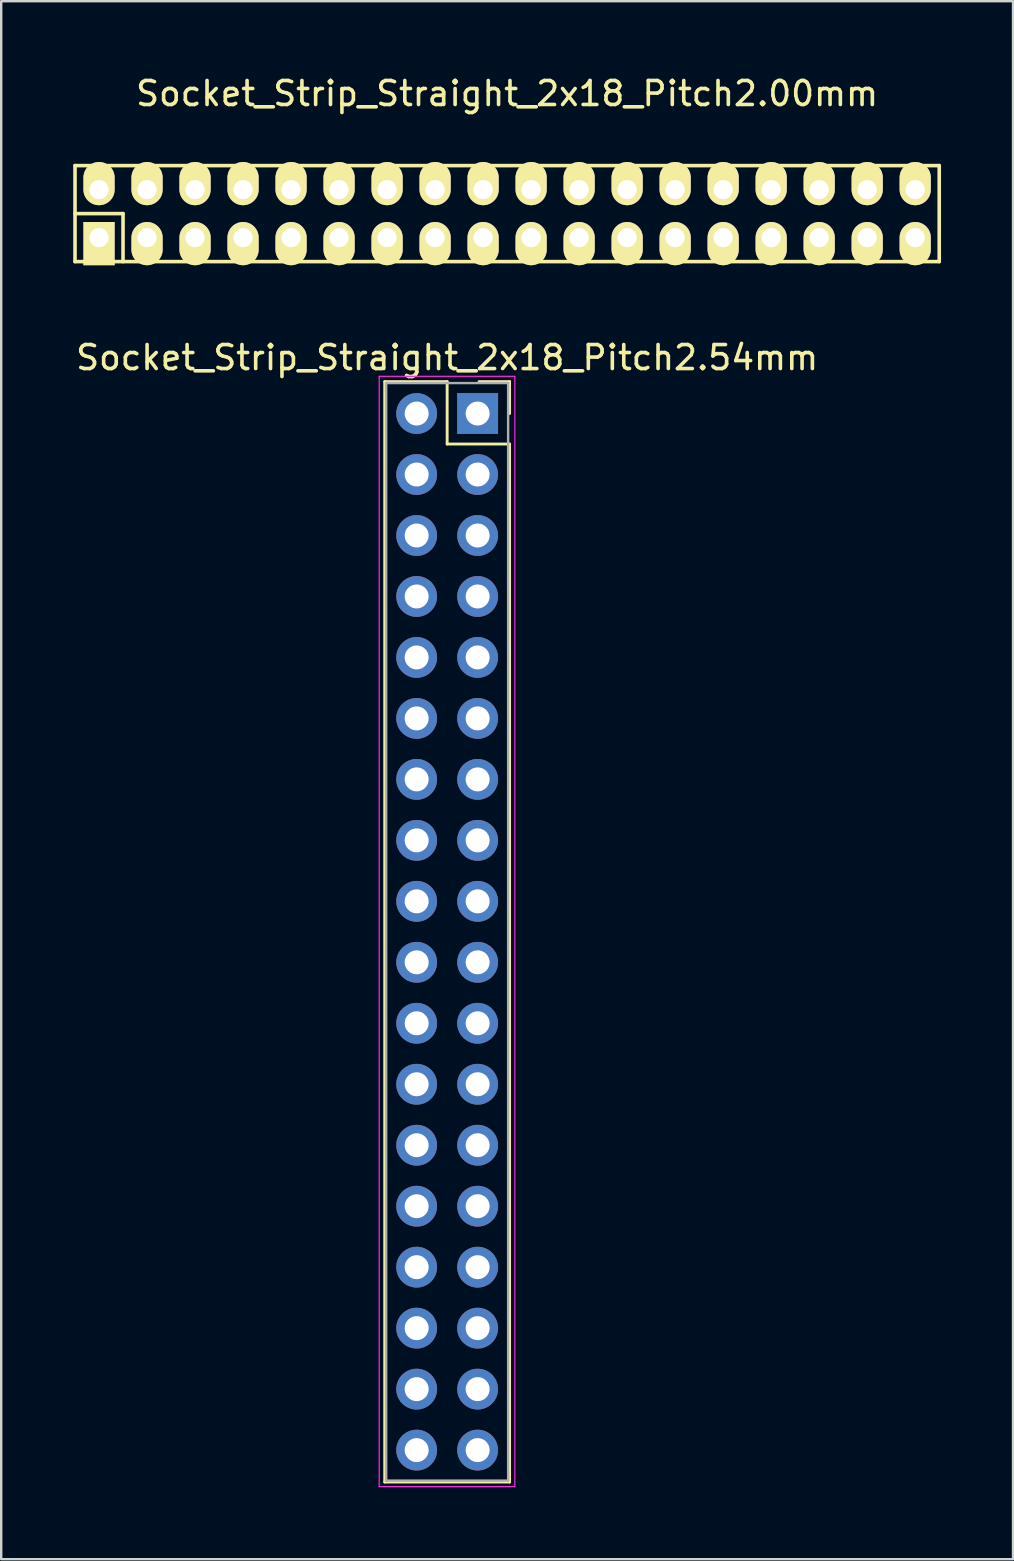
<source format=kicad_pcb>
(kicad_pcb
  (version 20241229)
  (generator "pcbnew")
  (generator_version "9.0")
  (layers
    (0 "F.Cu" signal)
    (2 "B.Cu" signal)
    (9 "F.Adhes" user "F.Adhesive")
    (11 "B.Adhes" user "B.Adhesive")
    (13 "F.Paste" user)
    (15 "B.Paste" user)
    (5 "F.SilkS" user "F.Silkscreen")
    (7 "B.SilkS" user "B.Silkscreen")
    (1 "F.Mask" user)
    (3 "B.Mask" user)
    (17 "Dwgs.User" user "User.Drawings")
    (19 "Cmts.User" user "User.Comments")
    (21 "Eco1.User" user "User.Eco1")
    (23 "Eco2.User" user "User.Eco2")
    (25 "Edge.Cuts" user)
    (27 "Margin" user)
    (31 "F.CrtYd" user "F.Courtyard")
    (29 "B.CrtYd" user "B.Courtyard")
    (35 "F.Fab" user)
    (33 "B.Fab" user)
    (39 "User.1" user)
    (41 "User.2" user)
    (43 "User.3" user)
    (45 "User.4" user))
  (footprint "Socket_Strip_Straight_2x18_Pitch2.00mm"
    (layer "F.Cu")
    (at 18.075 5.848)
    (property "Reference" "Socket_Strip_Straight_2x18_Pitch2.00mm" (at 0 -5 0) (layer "F.SilkS") (effects (font (size 1 1) (thickness 0.15))))
    (attr through_hole)
    (fp_line (start -18 -2) (end 18 -2) (stroke (width 0.15) (type solid)) (layer "F.SilkS"))
    (fp_line (start -18 0) (end -16 0) (stroke (width 0.15) (type solid)) (layer "F.SilkS"))
    (fp_line (start -18 2) (end -18 -2) (stroke (width 0.15) (type solid)) (layer "F.SilkS"))
    (fp_line (start -16 0) (end -16 2) (stroke (width 0.15) (type solid)) (layer "F.SilkS"))
    (fp_line (start 18 -2) (end 18 2) (stroke (width 0.15) (type solid)) (layer "F.SilkS"))
    (fp_line (start 18 2) (end -18 2) (stroke (width 0.15) (type solid)) (layer "F.SilkS"))
    (pad "1" thru_hole rect (at -17 1) (size 1.3 1.8) (drill 0.8 (offset 0 0.25)) (layers "*.Cu" "*.Mask" "F.SilkS"))
    (pad "2" thru_hole oval (at -17 -1) (size 1.3 1.8) (drill 0.8 (offset 0 -0.25)) (layers "*.Cu" "*.Mask" "F.SilkS"))
    (pad "3" thru_hole oval (at -15 1) (size 1.3 1.8) (drill 0.8 (offset 0 0.25)) (layers "*.Cu" "*.Mask" "F.SilkS"))
    (pad "4" thru_hole oval (at -15 -1) (size 1.3 1.8) (drill 0.8 (offset 0 -0.25)) (layers "*.Cu" "*.Mask" "F.SilkS"))
    (pad "5" thru_hole oval (at -13 1) (size 1.3 1.8) (drill 0.8 (offset 0 0.25)) (layers "*.Cu" "*.Mask" "F.SilkS"))
    (pad "6" thru_hole oval (at -13 -1) (size 1.3 1.8) (drill 0.8 (offset 0 -0.25)) (layers "*.Cu" "*.Mask" "F.SilkS"))
    (pad "7" thru_hole oval (at -11 1) (size 1.3 1.8) (drill 0.8 (offset 0 0.25)) (layers "*.Cu" "*.Mask" "F.SilkS"))
    (pad "8" thru_hole oval (at -11 -1) (size 1.3 1.8) (drill 0.8 (offset 0 -0.25)) (layers "*.Cu" "*.Mask" "F.SilkS"))
    (pad "9" thru_hole oval (at -9 1) (size 1.3 1.8) (drill 0.8 (offset 0 0.25)) (layers "*.Cu" "*.Mask" "F.SilkS"))
    (pad "10" thru_hole oval (at -9 -1) (size 1.3 1.8) (drill 0.8 (offset 0 -0.25)) (layers "*.Cu" "*.Mask" "F.SilkS"))
    (pad "11" thru_hole oval (at -7 1) (size 1.3 1.8) (drill 0.8 (offset 0 0.25)) (layers "*.Cu" "*.Mask" "F.SilkS"))
    (pad "12" thru_hole oval (at -7 -1) (size 1.3 1.8) (drill 0.8 (offset 0 -0.25)) (layers "*.Cu" "*.Mask" "F.SilkS"))
    (pad "13" thru_hole oval (at -5 1) (size 1.3 1.8) (drill 0.8 (offset 0 0.25)) (layers "*.Cu" "*.Mask" "F.SilkS"))
    (pad "14" thru_hole oval (at -5 -1) (size 1.3 1.8) (drill 0.8 (offset 0 -0.25)) (layers "*.Cu" "*.Mask" "F.SilkS"))
    (pad "15" thru_hole oval (at -3 1) (size 1.3 1.8) (drill 0.8 (offset 0 0.25)) (layers "*.Cu" "*.Mask" "F.SilkS"))
    (pad "16" thru_hole oval (at -3 -1) (size 1.3 1.8) (drill 0.8 (offset 0 -0.25)) (layers "*.Cu" "*.Mask" "F.SilkS"))
    (pad "17" thru_hole oval (at -1 1) (size 1.3 1.8) (drill 0.8 (offset 0 0.25)) (layers "*.Cu" "*.Mask" "F.SilkS"))
    (pad "18" thru_hole oval (at -1 -1) (size 1.3 1.8) (drill 0.8 (offset 0 -0.25)) (layers "*.Cu" "*.Mask" "F.SilkS"))
    (pad "19" thru_hole oval (at 1 1) (size 1.3 1.8) (drill 0.8 (offset 0 0.25)) (layers "*.Cu" "*.Mask" "F.SilkS"))
    (pad "20" thru_hole oval (at 1 -1) (size 1.3 1.8) (drill 0.8 (offset 0 -0.25)) (layers "*.Cu" "*.Mask" "F.SilkS"))
    (pad "21" thru_hole oval (at 3 1) (size 1.3 1.8) (drill 0.8 (offset 0 0.25)) (layers "*.Cu" "*.Mask" "F.SilkS"))
    (pad "22" thru_hole oval (at 3 -1) (size 1.3 1.8) (drill 0.8 (offset 0 -0.25)) (layers "*.Cu" "*.Mask" "F.SilkS"))
    (pad "23" thru_hole oval (at 5 1) (size 1.3 1.8) (drill 0.8 (offset 0 0.25)) (layers "*.Cu" "*.Mask" "F.SilkS"))
    (pad "24" thru_hole oval (at 5 -1) (size 1.3 1.8) (drill 0.8 (offset 0 -0.25)) (layers "*.Cu" "*.Mask" "F.SilkS"))
    (pad "25" thru_hole oval (at 7 1) (size 1.3 1.8) (drill 0.8 (offset 0 0.25)) (layers "*.Cu" "*.Mask" "F.SilkS"))
    (pad "26" thru_hole oval (at 7 -1) (size 1.3 1.8) (drill 0.8 (offset 0 -0.25)) (layers "*.Cu" "*.Mask" "F.SilkS"))
    (pad "27" thru_hole oval (at 9 1) (size 1.3 1.8) (drill 0.8 (offset 0 0.25)) (layers "*.Cu" "*.Mask" "F.SilkS"))
    (pad "28" thru_hole oval (at 9 -1) (size 1.3 1.8) (drill 0.8 (offset 0 -0.25)) (layers "*.Cu" "*.Mask" "F.SilkS"))
    (pad "29" thru_hole oval (at 11 1) (size 1.3 1.8) (drill 0.8 (offset 0 0.25)) (layers "*.Cu" "*.Mask" "F.SilkS"))
    (pad "30" thru_hole oval (at 11 -1) (size 1.3 1.8) (drill 0.8 (offset 0 -0.25)) (layers "*.Cu" "*.Mask" "F.SilkS"))
    (pad "31" thru_hole oval (at 13 1) (size 1.3 1.8) (drill 0.8 (offset 0 0.25)) (layers "*.Cu" "*.Mask" "F.SilkS"))
    (pad "32" thru_hole oval (at 13 -1) (size 1.3 1.8) (drill 0.8 (offset 0 -0.25)) (layers "*.Cu" "*.Mask" "F.SilkS"))
    (pad "33" thru_hole oval (at 15 1) (size 1.3 1.8) (drill 0.8 (offset 0 0.25)) (layers "*.Cu" "*.Mask" "F.SilkS"))
    (pad "34" thru_hole oval (at 15 -1) (size 1.3 1.8) (drill 0.8 (offset 0 -0.25)) (layers "*.Cu" "*.Mask" "F.SilkS"))
    (pad "35" thru_hole oval (at 17 1) (size 1.3 1.8) (drill 0.8 (offset 0 0.25)) (layers "*.Cu" "*.Mask" "F.SilkS"))
    (pad "36" thru_hole oval (at 17 -1) (size 1.3 1.8) (drill 0.8 (offset 0 -0.25)) (layers "*.Cu" "*.Mask" "F.SilkS")))
  (footprint "Socket_Strip_Straight_2x18_Pitch2.54mm"
    (layer "F.Cu")
    (at 16.847 14.177)
    (property "Reference" "Socket_Strip_Straight_2x18_Pitch2.54mm" (at -1.27 -2.33 0) (layer "F.SilkS") (effects (font (size 1 1) (thickness 0.15))))
    (attr through_hole)
    (fp_line (start -3.87 -1.33) (end -1.27 -1.33) (stroke (width 0.12) (type solid)) (layer "F.SilkS"))
    (fp_line (start -3.87 44.51) (end -3.87 -1.33) (stroke (width 0.12) (type solid)) (layer "F.SilkS"))
    (fp_line (start -1.27 -1.33) (end -1.27 1.27) (stroke (width 0.12) (type solid)) (layer "F.SilkS"))
    (fp_line (start -1.27 1.27) (end 1.33 1.27) (stroke (width 0.12) (type solid)) (layer "F.SilkS"))
    (fp_line (start 1.33 -1.33) (end 0.06 -1.33) (stroke (width 0.12) (type solid)) (layer "F.SilkS"))
    (fp_line (start 1.33 0) (end 1.33 -1.33) (stroke (width 0.12) (type solid)) (layer "F.SilkS"))
    (fp_line (start 1.33 1.27) (end 1.33 44.51) (stroke (width 0.12) (type solid)) (layer "F.SilkS"))
    (fp_line (start 1.33 44.51) (end -3.87 44.51) (stroke (width 0.12) (type solid)) (layer "F.SilkS"))
    (fp_line (start -4.1 -1.55) (end -4.1 44.7) (stroke (width 0.05) (type solid)) (layer "F.CrtYd"))
    (fp_line (start -4.1 44.7) (end 1.55 44.7) (stroke (width 0.05) (type solid)) (layer "F.CrtYd"))
    (fp_line (start 1.55 -1.55) (end -4.1 -1.55) (stroke (width 0.05) (type solid)) (layer "F.CrtYd"))
    (fp_line (start 1.55 44.7) (end 1.55 -1.55) (stroke (width 0.05) (type solid)) (layer "F.CrtYd"))
    (fp_line (start -3.81 -1.27) (end -3.81 44.45) (stroke (width 0.1) (type solid)) (layer "F.Fab"))
    (fp_line (start -3.81 44.45) (end 1.27 44.45) (stroke (width 0.1) (type solid)) (layer "F.Fab"))
    (fp_line (start 1.27 -1.27) (end -3.81 -1.27) (stroke (width 0.1) (type solid)) (layer "F.Fab"))
    (fp_line (start 1.27 44.45) (end 1.27 -1.27) (stroke (width 0.1) (type solid)) (layer "F.Fab"))
    (pad "1" thru_hole rect (at 0 0) (size 1.7 1.7) (drill 1) (layers "*.Cu" "*.Mask"))
    (pad "2" thru_hole oval (at -2.54 0) (size 1.7 1.7) (drill 1) (layers "*.Cu" "*.Mask"))
    (pad "3" thru_hole oval (at 0 2.54) (size 1.7 1.7) (drill 1) (layers "*.Cu" "*.Mask"))
    (pad "4" thru_hole oval (at -2.54 2.54) (size 1.7 1.7) (drill 1) (layers "*.Cu" "*.Mask"))
    (pad "5" thru_hole oval (at 0 5.08) (size 1.7 1.7) (drill 1) (layers "*.Cu" "*.Mask"))
    (pad "6" thru_hole oval (at -2.54 5.08) (size 1.7 1.7) (drill 1) (layers "*.Cu" "*.Mask"))
    (pad "7" thru_hole oval (at 0 7.62) (size 1.7 1.7) (drill 1) (layers "*.Cu" "*.Mask"))
    (pad "8" thru_hole oval (at -2.54 7.62) (size 1.7 1.7) (drill 1) (layers "*.Cu" "*.Mask"))
    (pad "9" thru_hole oval (at 0 10.16) (size 1.7 1.7) (drill 1) (layers "*.Cu" "*.Mask"))
    (pad "10" thru_hole oval (at -2.54 10.16) (size 1.7 1.7) (drill 1) (layers "*.Cu" "*.Mask"))
    (pad "11" thru_hole oval (at 0 12.7) (size 1.7 1.7) (drill 1) (layers "*.Cu" "*.Mask"))
    (pad "12" thru_hole oval (at -2.54 12.7) (size 1.7 1.7) (drill 1) (layers "*.Cu" "*.Mask"))
    (pad "13" thru_hole oval (at 0 15.24) (size 1.7 1.7) (drill 1) (layers "*.Cu" "*.Mask"))
    (pad "14" thru_hole oval (at -2.54 15.24) (size 1.7 1.7) (drill 1) (layers "*.Cu" "*.Mask"))
    (pad "15" thru_hole oval (at 0 17.78) (size 1.7 1.7) (drill 1) (layers "*.Cu" "*.Mask"))
    (pad "16" thru_hole oval (at -2.54 17.78) (size 1.7 1.7) (drill 1) (layers "*.Cu" "*.Mask"))
    (pad "17" thru_hole oval (at 0 20.32) (size 1.7 1.7) (drill 1) (layers "*.Cu" "*.Mask"))
    (pad "18" thru_hole oval (at -2.54 20.32) (size 1.7 1.7) (drill 1) (layers "*.Cu" "*.Mask"))
    (pad "19" thru_hole oval (at 0 22.86) (size 1.7 1.7) (drill 1) (layers "*.Cu" "*.Mask"))
    (pad "20" thru_hole oval (at -2.54 22.86) (size 1.7 1.7) (drill 1) (layers "*.Cu" "*.Mask"))
    (pad "21" thru_hole oval (at 0 25.4) (size 1.7 1.7) (drill 1) (layers "*.Cu" "*.Mask"))
    (pad "22" thru_hole oval (at -2.54 25.4) (size 1.7 1.7) (drill 1) (layers "*.Cu" "*.Mask"))
    (pad "23" thru_hole oval (at 0 27.94) (size 1.7 1.7) (drill 1) (layers "*.Cu" "*.Mask"))
    (pad "24" thru_hole oval (at -2.54 27.94) (size 1.7 1.7) (drill 1) (layers "*.Cu" "*.Mask"))
    (pad "25" thru_hole oval (at 0 30.48) (size 1.7 1.7) (drill 1) (layers "*.Cu" "*.Mask"))
    (pad "26" thru_hole oval (at -2.54 30.48) (size 1.7 1.7) (drill 1) (layers "*.Cu" "*.Mask"))
    (pad "27" thru_hole oval (at 0 33.02) (size 1.7 1.7) (drill 1) (layers "*.Cu" "*.Mask"))
    (pad "28" thru_hole oval (at -2.54 33.02) (size 1.7 1.7) (drill 1) (layers "*.Cu" "*.Mask"))
    (pad "29" thru_hole oval (at 0 35.56) (size 1.7 1.7) (drill 1) (layers "*.Cu" "*.Mask"))
    (pad "30" thru_hole oval (at -2.54 35.56) (size 1.7 1.7) (drill 1) (layers "*.Cu" "*.Mask"))
    (pad "31" thru_hole oval (at 0 38.1) (size 1.7 1.7) (drill 1) (layers "*.Cu" "*.Mask"))
    (pad "32" thru_hole oval (at -2.54 38.1) (size 1.7 1.7) (drill 1) (layers "*.Cu" "*.Mask"))
    (pad "33" thru_hole oval (at 0 40.64) (size 1.7 1.7) (drill 1) (layers "*.Cu" "*.Mask"))
    (pad "34" thru_hole oval (at -2.54 40.64) (size 1.7 1.7) (drill 1) (layers "*.Cu" "*.Mask"))
    (pad "35" thru_hole oval (at 0 43.18) (size 1.7 1.7) (drill 1) (layers "*.Cu" "*.Mask"))
    (pad "36" thru_hole oval (at -2.54 43.18) (size 1.7 1.7) (drill 1) (layers "*.Cu" "*.Mask")))
  (gr_rect
    (start -3 -3)
    (end 39.15 61.901)
    (stroke (width 0.1) (type default))
    (fill no)
    (layer "Edge.Cuts")))
</source>
